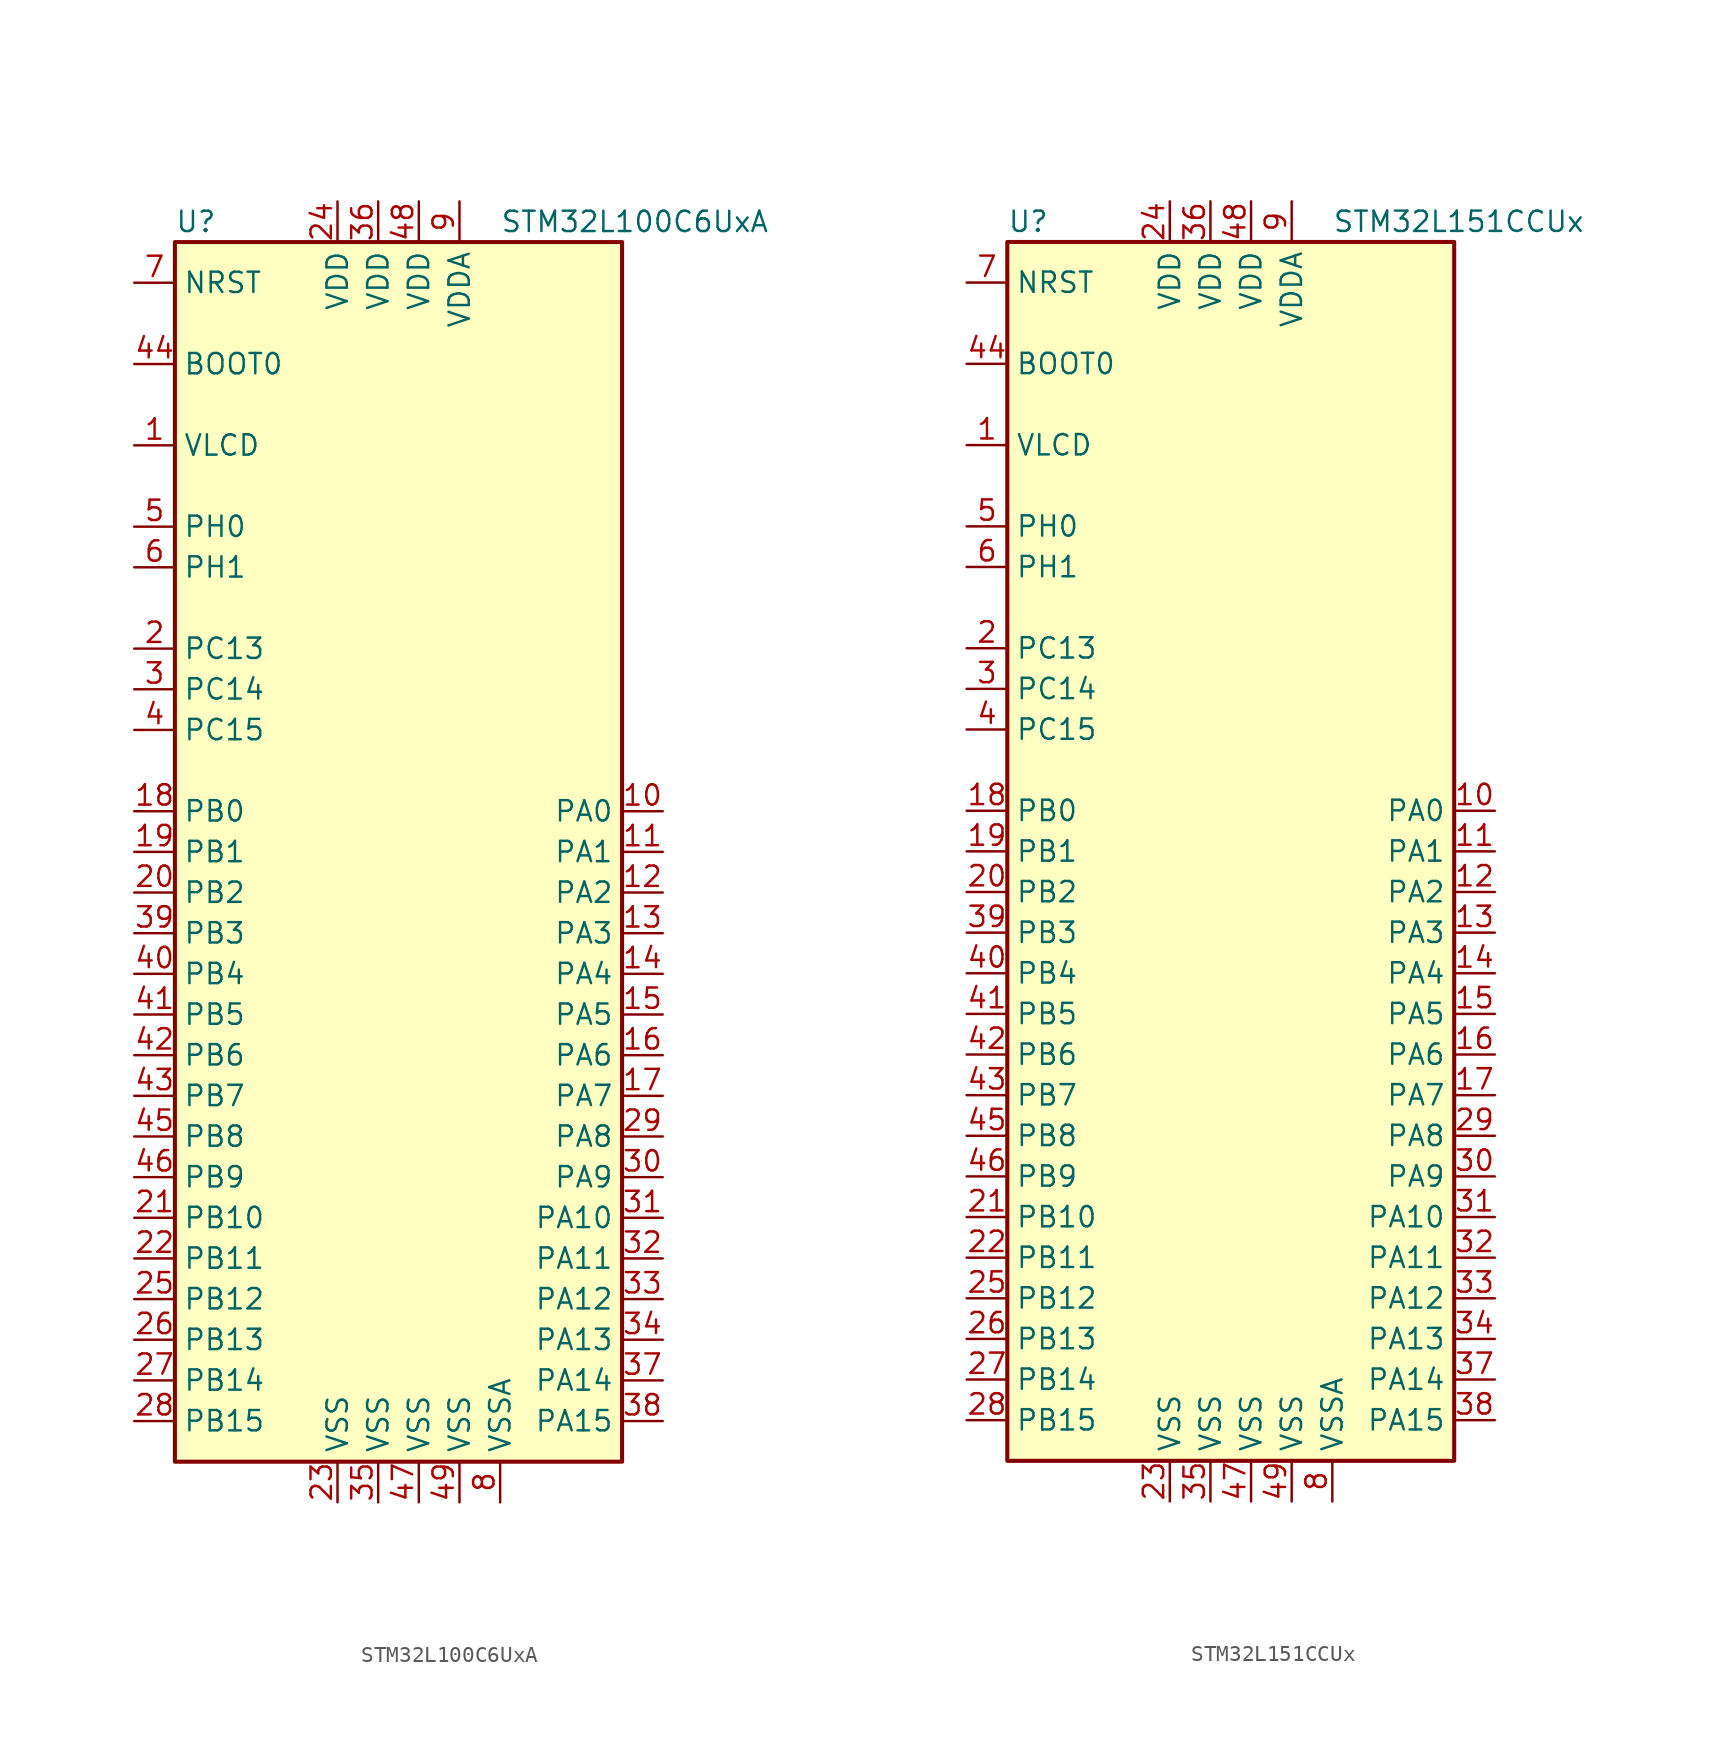
<source format=kicad_sym>
(kicad_symbol_lib
  (version 20201005)
  (generator kicad_symbol_editor)
  (symbol "STM32L100C6UxA"
    (property "Reference" "U"
      (at -15.24 39.37 0)
      (effects (font (size 1.27 1.27)) (justify left)))
    (property "Value" "STM32L100C6UxA"
      (at 5.08 39.37 0)
      (effects (font (size 1.27 1.27)) (justify left)))
    (symbol "STM32L100C6UxA_0_1"
      (rectangle (start -15.24 -38.1) (end 12.7 38.1) (stroke (width 0.254)) (fill (type background))))
    (symbol "STM32L100C6UxA_1_1"
      (pin input line (at -17.78 30.48 0) (length 2.54) (name "BOOT0" (effects (font (size 1.27 1.27)))) (number "44" (effects (font (size 1.27 1.27)))))
      (pin input line (at -17.78 35.56 0) (length 2.54) (name "NRST" (effects (font (size 1.27 1.27)))) (number "7" (effects (font (size 1.27 1.27)))))
      (pin bidirectional line (at 15.24 2.54 180) (length 2.54) (name "PA0" (effects (font (size 1.27 1.27)))) (number "10" (effects (font (size 1.27 1.27)))))
      (pin bidirectional line (at 15.24 0 180) (length 2.54) (name "PA1" (effects (font (size 1.27 1.27)))) (number "11" (effects (font (size 1.27 1.27)))))
      (pin bidirectional line (at 15.24 -22.86 180) (length 2.54) (name "PA10" (effects (font (size 1.27 1.27)))) (number "31" (effects (font (size 1.27 1.27)))))
      (pin bidirectional line (at 15.24 -25.4 180) (length 2.54) (name "PA11" (effects (font (size 1.27 1.27)))) (number "32" (effects (font (size 1.27 1.27)))))
      (pin bidirectional line (at 15.24 -27.94 180) (length 2.54) (name "PA12" (effects (font (size 1.27 1.27)))) (number "33" (effects (font (size 1.27 1.27)))))
      (pin bidirectional line (at 15.24 -30.48 180) (length 2.54) (name "PA13" (effects (font (size 1.27 1.27)))) (number "34" (effects (font (size 1.27 1.27)))))
      (pin bidirectional line (at 15.24 -33.02 180) (length 2.54) (name "PA14" (effects (font (size 1.27 1.27)))) (number "37" (effects (font (size 1.27 1.27)))))
      (pin bidirectional line (at 15.24 -35.56 180) (length 2.54) (name "PA15" (effects (font (size 1.27 1.27)))) (number "38" (effects (font (size 1.27 1.27)))))
      (pin bidirectional line (at 15.24 -2.54 180) (length 2.54) (name "PA2" (effects (font (size 1.27 1.27)))) (number "12" (effects (font (size 1.27 1.27)))))
      (pin bidirectional line (at 15.24 -5.08 180) (length 2.54) (name "PA3" (effects (font (size 1.27 1.27)))) (number "13" (effects (font (size 1.27 1.27)))))
      (pin bidirectional line (at 15.24 -7.62 180) (length 2.54) (name "PA4" (effects (font (size 1.27 1.27)))) (number "14" (effects (font (size 1.27 1.27)))))
      (pin bidirectional line (at 15.24 -10.16 180) (length 2.54) (name "PA5" (effects (font (size 1.27 1.27)))) (number "15" (effects (font (size 1.27 1.27)))))
      (pin bidirectional line (at 15.24 -12.7 180) (length 2.54) (name "PA6" (effects (font (size 1.27 1.27)))) (number "16" (effects (font (size 1.27 1.27)))))
      (pin bidirectional line (at 15.24 -15.24 180) (length 2.54) (name "PA7" (effects (font (size 1.27 1.27)))) (number "17" (effects (font (size 1.27 1.27)))))
      (pin bidirectional line (at 15.24 -17.78 180) (length 2.54) (name "PA8" (effects (font (size 1.27 1.27)))) (number "29" (effects (font (size 1.27 1.27)))))
      (pin bidirectional line (at 15.24 -20.32 180) (length 2.54) (name "PA9" (effects (font (size 1.27 1.27)))) (number "30" (effects (font (size 1.27 1.27)))))
      (pin bidirectional line (at -17.78 2.54 0) (length 2.54) (name "PB0" (effects (font (size 1.27 1.27)))) (number "18" (effects (font (size 1.27 1.27)))))
      (pin bidirectional line (at -17.78 0 0) (length 2.54) (name "PB1" (effects (font (size 1.27 1.27)))) (number "19" (effects (font (size 1.27 1.27)))))
      (pin bidirectional line (at -17.78 -22.86 0) (length 2.54) (name "PB10" (effects (font (size 1.27 1.27)))) (number "21" (effects (font (size 1.27 1.27)))))
      (pin bidirectional line (at -17.78 -25.4 0) (length 2.54) (name "PB11" (effects (font (size 1.27 1.27)))) (number "22" (effects (font (size 1.27 1.27)))))
      (pin bidirectional line (at -17.78 -27.94 0) (length 2.54) (name "PB12" (effects (font (size 1.27 1.27)))) (number "25" (effects (font (size 1.27 1.27)))))
      (pin bidirectional line (at -17.78 -30.48 0) (length 2.54) (name "PB13" (effects (font (size 1.27 1.27)))) (number "26" (effects (font (size 1.27 1.27)))))
      (pin bidirectional line (at -17.78 -33.02 0) (length 2.54) (name "PB14" (effects (font (size 1.27 1.27)))) (number "27" (effects (font (size 1.27 1.27)))))
      (pin bidirectional line (at -17.78 -35.56 0) (length 2.54) (name "PB15" (effects (font (size 1.27 1.27)))) (number "28" (effects (font (size 1.27 1.27)))))
      (pin bidirectional line (at -17.78 -2.54 0) (length 2.54) (name "PB2" (effects (font (size 1.27 1.27)))) (number "20" (effects (font (size 1.27 1.27)))))
      (pin bidirectional line (at -17.78 -5.08 0) (length 2.54) (name "PB3" (effects (font (size 1.27 1.27)))) (number "39" (effects (font (size 1.27 1.27)))))
      (pin bidirectional line (at -17.78 -7.62 0) (length 2.54) (name "PB4" (effects (font (size 1.27 1.27)))) (number "40" (effects (font (size 1.27 1.27)))))
      (pin bidirectional line (at -17.78 -10.16 0) (length 2.54) (name "PB5" (effects (font (size 1.27 1.27)))) (number "41" (effects (font (size 1.27 1.27)))))
      (pin bidirectional line (at -17.78 -12.7 0) (length 2.54) (name "PB6" (effects (font (size 1.27 1.27)))) (number "42" (effects (font (size 1.27 1.27)))))
      (pin bidirectional line (at -17.78 -15.24 0) (length 2.54) (name "PB7" (effects (font (size 1.27 1.27)))) (number "43" (effects (font (size 1.27 1.27)))))
      (pin bidirectional line (at -17.78 -17.78 0) (length 2.54) (name "PB8" (effects (font (size 1.27 1.27)))) (number "45" (effects (font (size 1.27 1.27)))))
      (pin bidirectional line (at -17.78 -20.32 0) (length 2.54) (name "PB9" (effects (font (size 1.27 1.27)))) (number "46" (effects (font (size 1.27 1.27)))))
      (pin bidirectional line (at -17.78 12.7 0) (length 2.54) (name "PC13" (effects (font (size 1.27 1.27)))) (number "2" (effects (font (size 1.27 1.27)))))
      (pin bidirectional line (at -17.78 10.16 0) (length 2.54) (name "PC14" (effects (font (size 1.27 1.27)))) (number "3" (effects (font (size 1.27 1.27)))))
      (pin bidirectional line (at -17.78 7.62 0) (length 2.54) (name "PC15" (effects (font (size 1.27 1.27)))) (number "4" (effects (font (size 1.27 1.27)))))
      (pin input line (at -17.78 20.32 0) (length 2.54) (name "PH0" (effects (font (size 1.27 1.27)))) (number "5" (effects (font (size 1.27 1.27)))))
      (pin input line (at -17.78 17.78 0) (length 2.54) (name "PH1" (effects (font (size 1.27 1.27)))) (number "6" (effects (font (size 1.27 1.27)))))
      (pin power_in line (at -5.08 40.64 270) (length 2.54) (name "VDD" (effects (font (size 1.27 1.27)))) (number "24" (effects (font (size 1.27 1.27)))))
      (pin power_in line (at -2.54 40.64 270) (length 2.54) (name "VDD" (effects (font (size 1.27 1.27)))) (number "36" (effects (font (size 1.27 1.27)))))
      (pin power_in line (at 0 40.64 270) (length 2.54) (name "VDD" (effects (font (size 1.27 1.27)))) (number "48" (effects (font (size 1.27 1.27)))))
      (pin power_in line (at 2.54 40.64 270) (length 2.54) (name "VDDA" (effects (font (size 1.27 1.27)))) (number "9" (effects (font (size 1.27 1.27)))))
      (pin power_in line (at -17.78 25.4 0) (length 2.54) (name "VLCD" (effects (font (size 1.27 1.27)))) (number "1" (effects (font (size 1.27 1.27)))))
      (pin power_in line (at -5.08 -40.64 90) (length 2.54) (name "VSS" (effects (font (size 1.27 1.27)))) (number "23" (effects (font (size 1.27 1.27)))))
      (pin power_in line (at -2.54 -40.64 90) (length 2.54) (name "VSS" (effects (font (size 1.27 1.27)))) (number "35" (effects (font (size 1.27 1.27)))))
      (pin power_in line (at 0 -40.64 90) (length 2.54) (name "VSS" (effects (font (size 1.27 1.27)))) (number "47" (effects (font (size 1.27 1.27)))))
      (pin power_in line (at 2.54 -40.64 90) (length 2.54) (name "VSS" (effects (font (size 1.27 1.27)))) (number "49" (effects (font (size 1.27 1.27)))))
      (pin power_in line (at 5.08 -40.64 90) (length 2.54) (name "VSSA" (effects (font (size 1.27 1.27)))) (number "8" (effects (font (size 1.27 1.27)))))))
  (symbol "STM32L151CCUx"
    (property "Reference" "U"
      (at -15.24 39.37 0)
      (effects (font (size 1.27 1.27)) (justify left)))
    (property "Value" "STM32L151CCUx"
      (at 5.08 39.37 0)
      (effects (font (size 1.27 1.27)) (justify left)))
    (symbol "STM32L151CCUx_0_1"
      (rectangle (start -15.24 -38.1) (end 12.7 38.1) (stroke (width 0.254)) (fill (type background))))
    (symbol "STM32L151CCUx_1_1"
      (pin input line (at -17.78 30.48 0) (length 2.54) (name "BOOT0" (effects (font (size 1.27 1.27)))) (number "44" (effects (font (size 1.27 1.27)))))
      (pin input line (at -17.78 35.56 0) (length 2.54) (name "NRST" (effects (font (size 1.27 1.27)))) (number "7" (effects (font (size 1.27 1.27)))))
      (pin bidirectional line (at 15.24 2.54 180) (length 2.54) (name "PA0" (effects (font (size 1.27 1.27)))) (number "10" (effects (font (size 1.27 1.27)))))
      (pin bidirectional line (at 15.24 0 180) (length 2.54) (name "PA1" (effects (font (size 1.27 1.27)))) (number "11" (effects (font (size 1.27 1.27)))))
      (pin bidirectional line (at 15.24 -22.86 180) (length 2.54) (name "PA10" (effects (font (size 1.27 1.27)))) (number "31" (effects (font (size 1.27 1.27)))))
      (pin bidirectional line (at 15.24 -25.4 180) (length 2.54) (name "PA11" (effects (font (size 1.27 1.27)))) (number "32" (effects (font (size 1.27 1.27)))))
      (pin bidirectional line (at 15.24 -27.94 180) (length 2.54) (name "PA12" (effects (font (size 1.27 1.27)))) (number "33" (effects (font (size 1.27 1.27)))))
      (pin bidirectional line (at 15.24 -30.48 180) (length 2.54) (name "PA13" (effects (font (size 1.27 1.27)))) (number "34" (effects (font (size 1.27 1.27)))))
      (pin bidirectional line (at 15.24 -33.02 180) (length 2.54) (name "PA14" (effects (font (size 1.27 1.27)))) (number "37" (effects (font (size 1.27 1.27)))))
      (pin bidirectional line (at 15.24 -35.56 180) (length 2.54) (name "PA15" (effects (font (size 1.27 1.27)))) (number "38" (effects (font (size 1.27 1.27)))))
      (pin bidirectional line (at 15.24 -2.54 180) (length 2.54) (name "PA2" (effects (font (size 1.27 1.27)))) (number "12" (effects (font (size 1.27 1.27)))))
      (pin bidirectional line (at 15.24 -5.08 180) (length 2.54) (name "PA3" (effects (font (size 1.27 1.27)))) (number "13" (effects (font (size 1.27 1.27)))))
      (pin bidirectional line (at 15.24 -7.62 180) (length 2.54) (name "PA4" (effects (font (size 1.27 1.27)))) (number "14" (effects (font (size 1.27 1.27)))))
      (pin bidirectional line (at 15.24 -10.16 180) (length 2.54) (name "PA5" (effects (font (size 1.27 1.27)))) (number "15" (effects (font (size 1.27 1.27)))))
      (pin bidirectional line (at 15.24 -12.7 180) (length 2.54) (name "PA6" (effects (font (size 1.27 1.27)))) (number "16" (effects (font (size 1.27 1.27)))))
      (pin bidirectional line (at 15.24 -15.24 180) (length 2.54) (name "PA7" (effects (font (size 1.27 1.27)))) (number "17" (effects (font (size 1.27 1.27)))))
      (pin bidirectional line (at 15.24 -17.78 180) (length 2.54) (name "PA8" (effects (font (size 1.27 1.27)))) (number "29" (effects (font (size 1.27 1.27)))))
      (pin bidirectional line (at 15.24 -20.32 180) (length 2.54) (name "PA9" (effects (font (size 1.27 1.27)))) (number "30" (effects (font (size 1.27 1.27)))))
      (pin bidirectional line (at -17.78 2.54 0) (length 2.54) (name "PB0" (effects (font (size 1.27 1.27)))) (number "18" (effects (font (size 1.27 1.27)))))
      (pin bidirectional line (at -17.78 0 0) (length 2.54) (name "PB1" (effects (font (size 1.27 1.27)))) (number "19" (effects (font (size 1.27 1.27)))))
      (pin bidirectional line (at -17.78 -22.86 0) (length 2.54) (name "PB10" (effects (font (size 1.27 1.27)))) (number "21" (effects (font (size 1.27 1.27)))))
      (pin bidirectional line (at -17.78 -25.4 0) (length 2.54) (name "PB11" (effects (font (size 1.27 1.27)))) (number "22" (effects (font (size 1.27 1.27)))))
      (pin bidirectional line (at -17.78 -27.94 0) (length 2.54) (name "PB12" (effects (font (size 1.27 1.27)))) (number "25" (effects (font (size 1.27 1.27)))))
      (pin bidirectional line (at -17.78 -30.48 0) (length 2.54) (name "PB13" (effects (font (size 1.27 1.27)))) (number "26" (effects (font (size 1.27 1.27)))))
      (pin bidirectional line (at -17.78 -33.02 0) (length 2.54) (name "PB14" (effects (font (size 1.27 1.27)))) (number "27" (effects (font (size 1.27 1.27)))))
      (pin bidirectional line (at -17.78 -35.56 0) (length 2.54) (name "PB15" (effects (font (size 1.27 1.27)))) (number "28" (effects (font (size 1.27 1.27)))))
      (pin bidirectional line (at -17.78 -2.54 0) (length 2.54) (name "PB2" (effects (font (size 1.27 1.27)))) (number "20" (effects (font (size 1.27 1.27)))))
      (pin bidirectional line (at -17.78 -5.08 0) (length 2.54) (name "PB3" (effects (font (size 1.27 1.27)))) (number "39" (effects (font (size 1.27 1.27)))))
      (pin bidirectional line (at -17.78 -7.62 0) (length 2.54) (name "PB4" (effects (font (size 1.27 1.27)))) (number "40" (effects (font (size 1.27 1.27)))))
      (pin bidirectional line (at -17.78 -10.16 0) (length 2.54) (name "PB5" (effects (font (size 1.27 1.27)))) (number "41" (effects (font (size 1.27 1.27)))))
      (pin bidirectional line (at -17.78 -12.7 0) (length 2.54) (name "PB6" (effects (font (size 1.27 1.27)))) (number "42" (effects (font (size 1.27 1.27)))))
      (pin bidirectional line (at -17.78 -15.24 0) (length 2.54) (name "PB7" (effects (font (size 1.27 1.27)))) (number "43" (effects (font (size 1.27 1.27)))))
      (pin bidirectional line (at -17.78 -17.78 0) (length 2.54) (name "PB8" (effects (font (size 1.27 1.27)))) (number "45" (effects (font (size 1.27 1.27)))))
      (pin bidirectional line (at -17.78 -20.32 0) (length 2.54) (name "PB9" (effects (font (size 1.27 1.27)))) (number "46" (effects (font (size 1.27 1.27)))))
      (pin bidirectional line (at -17.78 12.7 0) (length 2.54) (name "PC13" (effects (font (size 1.27 1.27)))) (number "2" (effects (font (size 1.27 1.27)))))
      (pin bidirectional line (at -17.78 10.16 0) (length 2.54) (name "PC14" (effects (font (size 1.27 1.27)))) (number "3" (effects (font (size 1.27 1.27)))))
      (pin bidirectional line (at -17.78 7.62 0) (length 2.54) (name "PC15" (effects (font (size 1.27 1.27)))) (number "4" (effects (font (size 1.27 1.27)))))
      (pin input line (at -17.78 20.32 0) (length 2.54) (name "PH0" (effects (font (size 1.27 1.27)))) (number "5" (effects (font (size 1.27 1.27)))))
      (pin input line (at -17.78 17.78 0) (length 2.54) (name "PH1" (effects (font (size 1.27 1.27)))) (number "6" (effects (font (size 1.27 1.27)))))
      (pin power_in line (at -5.08 40.64 270) (length 2.54) (name "VDD" (effects (font (size 1.27 1.27)))) (number "24" (effects (font (size 1.27 1.27)))))
      (pin power_in line (at -2.54 40.64 270) (length 2.54) (name "VDD" (effects (font (size 1.27 1.27)))) (number "36" (effects (font (size 1.27 1.27)))))
      (pin power_in line (at 0 40.64 270) (length 2.54) (name "VDD" (effects (font (size 1.27 1.27)))) (number "48" (effects (font (size 1.27 1.27)))))
      (pin power_in line (at 2.54 40.64 270) (length 2.54) (name "VDDA" (effects (font (size 1.27 1.27)))) (number "9" (effects (font (size 1.27 1.27)))))
      (pin power_in line (at -17.78 25.4 0) (length 2.54) (name "VLCD" (effects (font (size 1.27 1.27)))) (number "1" (effects (font (size 1.27 1.27)))))
      (pin power_in line (at -5.08 -40.64 90) (length 2.54) (name "VSS" (effects (font (size 1.27 1.27)))) (number "23" (effects (font (size 1.27 1.27)))))
      (pin power_in line (at -2.54 -40.64 90) (length 2.54) (name "VSS" (effects (font (size 1.27 1.27)))) (number "35" (effects (font (size 1.27 1.27)))))
      (pin power_in line (at 0 -40.64 90) (length 2.54) (name "VSS" (effects (font (size 1.27 1.27)))) (number "47" (effects (font (size 1.27 1.27)))))
      (pin power_in line (at 2.54 -40.64 90) (length 2.54) (name "VSS" (effects (font (size 1.27 1.27)))) (number "49" (effects (font (size 1.27 1.27)))))
      (pin power_in line (at 5.08 -40.64 90) (length 2.54) (name "VSSA" (effects (font (size 1.27 1.27)))) (number "8" (effects (font (size 1.27 1.27))))))))
</source>
